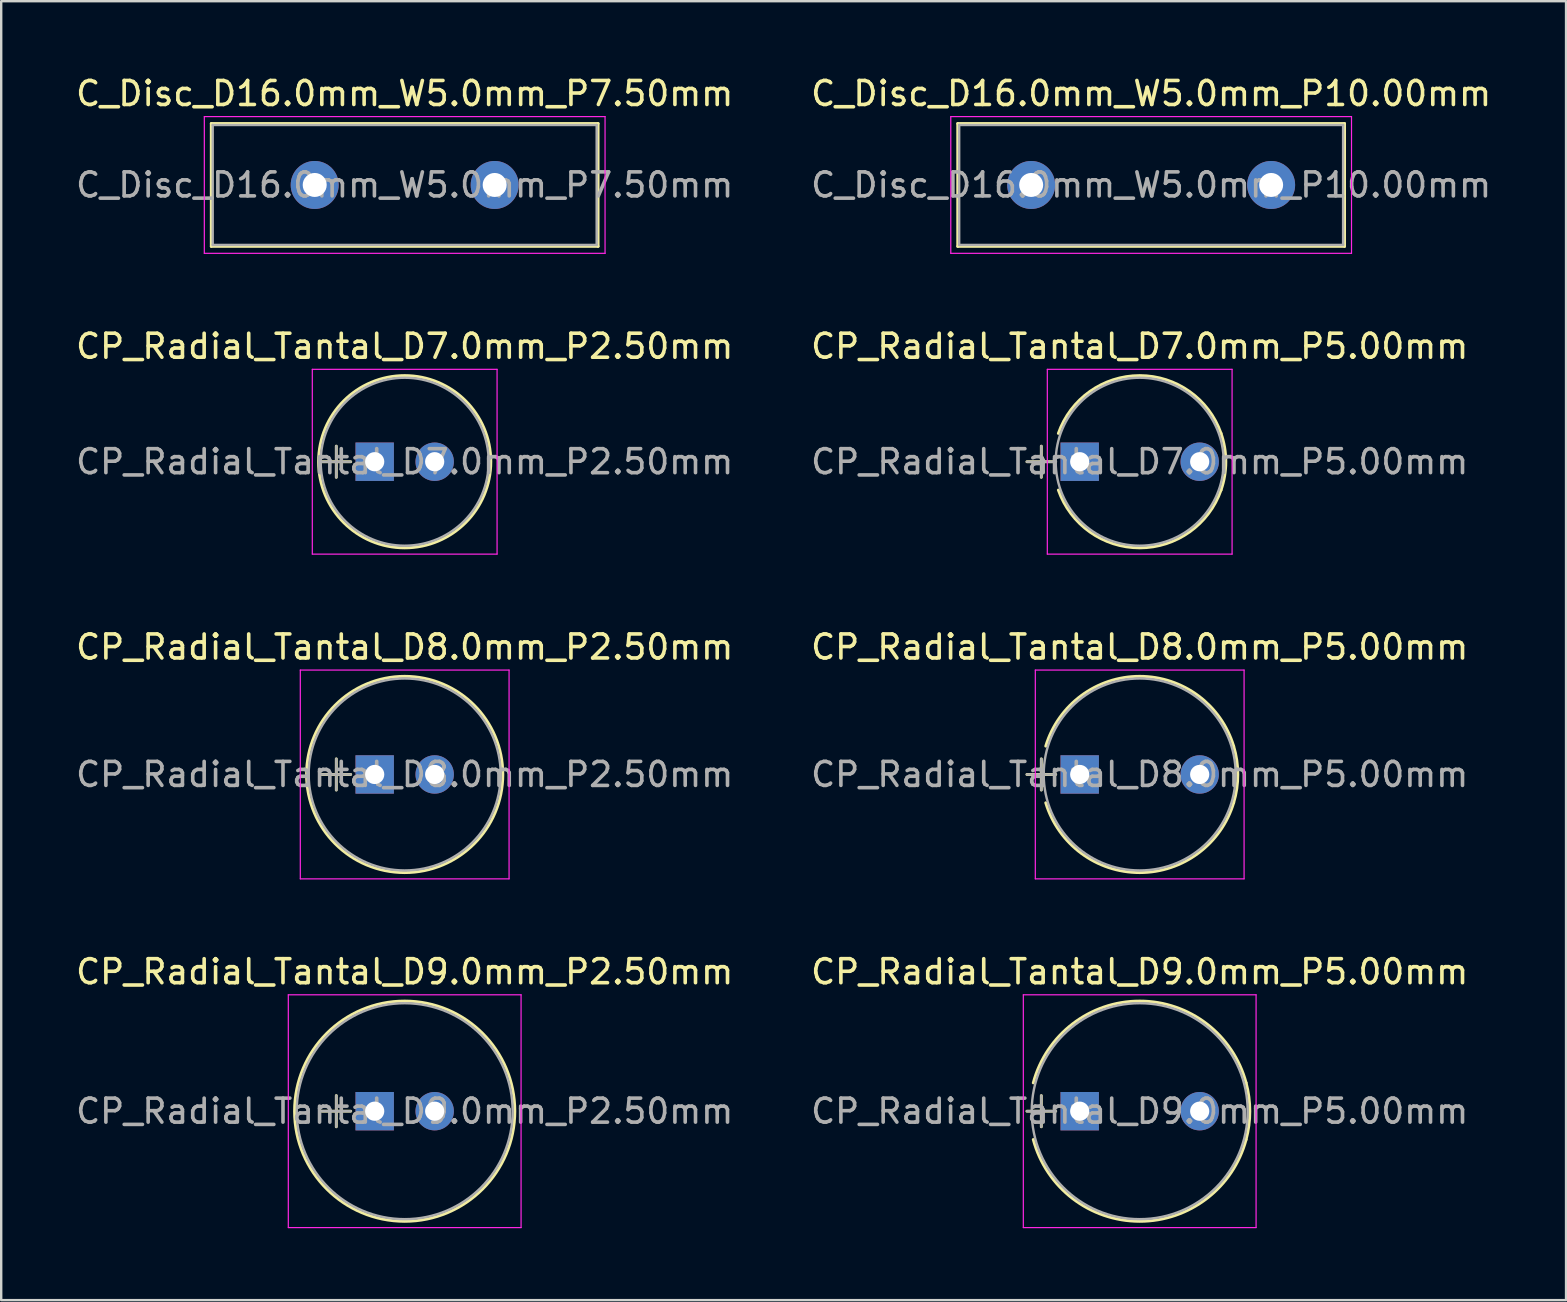
<source format=kicad_pcb>
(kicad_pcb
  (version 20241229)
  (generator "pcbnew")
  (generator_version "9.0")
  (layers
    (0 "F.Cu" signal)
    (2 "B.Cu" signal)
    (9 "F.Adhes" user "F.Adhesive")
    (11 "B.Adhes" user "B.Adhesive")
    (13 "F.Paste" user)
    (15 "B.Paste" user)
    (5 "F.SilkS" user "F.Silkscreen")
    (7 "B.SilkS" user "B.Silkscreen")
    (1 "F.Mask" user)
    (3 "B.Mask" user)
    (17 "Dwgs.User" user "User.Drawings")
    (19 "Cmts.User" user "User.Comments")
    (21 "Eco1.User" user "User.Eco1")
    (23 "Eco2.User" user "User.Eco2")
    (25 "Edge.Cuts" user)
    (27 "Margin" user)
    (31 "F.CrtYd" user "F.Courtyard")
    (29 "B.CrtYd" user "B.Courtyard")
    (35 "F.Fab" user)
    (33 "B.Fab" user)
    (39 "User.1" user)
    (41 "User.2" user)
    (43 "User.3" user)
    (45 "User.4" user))
  (footprint "CP_Radial_Tantal_D7.0mm_P5.00mm"
    (layer "F.Cu")
    (at 41.946 16.192)
    (property "Reference" "CP_Radial_Tantal_D7.0mm_P5.00mm" (at 2.5 -4.81 0) (layer "F.SilkS") (effects (font (size 1 1) (thickness 0.15))))
    (attr through_hole)
    (fp_line (start -2.2 0) (end -1 0) (stroke (width 0.12) (type solid)) (layer "F.SilkS"))
    (fp_line (start -1.6 -0.65) (end -1.6 0.65) (stroke (width 0.12) (type solid)) (layer "F.SilkS"))
    (fp_arc (start -0.890531 -1.18) (mid 2.499331 -3.59) (end 5.890091 -1.181263) (stroke (width 0.12) (type solid)) (layer "F.SilkS"))
    (fp_arc (start 5.890091 1.181263) (mid 2.499331 3.59) (end -0.890531 1.18) (stroke (width 0.12) (type solid)) (layer "F.SilkS"))
    (fp_arc (start 5.890531 -1.18) (mid 6.09 0.000669) (end 5.890091 1.181263) (stroke (width 0.12) (type solid)) (layer "F.SilkS"))
    (fp_line (start -1.35 -3.85) (end -1.35 3.85) (stroke (width 0.05) (type solid)) (layer "F.CrtYd"))
    (fp_line (start -1.35 3.85) (end 6.35 3.85) (stroke (width 0.05) (type solid)) (layer "F.CrtYd"))
    (fp_line (start 6.35 -3.85) (end -1.35 -3.85) (stroke (width 0.05) (type solid)) (layer "F.CrtYd"))
    (fp_line (start 6.35 3.85) (end 6.35 -3.85) (stroke (width 0.05) (type solid)) (layer "F.CrtYd"))
    (fp_line (start -2.2 0) (end -1 0) (stroke (width 0.1) (type solid)) (layer "F.Fab"))
    (fp_line (start -1.6 -0.65) (end -1.6 0.65) (stroke (width 0.1) (type solid)) (layer "F.Fab"))
    (fp_circle (center 2.5 0) (end 6 0) (stroke (width 0.1) (type solid)) (fill no) (layer "F.Fab"))
    (fp_text user "${REFERENCE}" (at 2.5 0 0) (layer "F.Fab") (effects (font (size 1 1) (thickness 0.15))))
    (pad "1" thru_hole rect (at 0 0) (size 1.6 1.6) (drill 0.8) (layers "*.Cu" "*.Mask"))
    (pad "2" thru_hole circle (at 5 0) (size 1.6 1.6) (drill 0.8) (layers "*.Cu" "*.Mask")))
  (footprint "C_Disc_D16.0mm_W5.0mm_P10.00mm"
    (layer "F.Cu")
    (at 39.923 4.658)
    (property "Reference" "C_Disc_D16.0mm_W5.0mm_P10.00mm" (at 5 -3.81 0) (layer "F.SilkS") (effects (font (size 1 1) (thickness 0.15))))
    (attr through_hole)
    (fp_line (start -3.06 -2.56) (end -3.06 2.56) (stroke (width 0.12) (type solid)) (layer "F.SilkS"))
    (fp_line (start -3.06 -2.56) (end 13.06 -2.56) (stroke (width 0.12) (type solid)) (layer "F.SilkS"))
    (fp_line (start -3.06 2.56) (end 13.06 2.56) (stroke (width 0.12) (type solid)) (layer "F.SilkS"))
    (fp_line (start 13.06 -2.56) (end 13.06 2.56) (stroke (width 0.12) (type solid)) (layer "F.SilkS"))
    (fp_line (start -3.35 -2.85) (end -3.35 2.85) (stroke (width 0.05) (type solid)) (layer "F.CrtYd"))
    (fp_line (start -3.35 2.85) (end 13.35 2.85) (stroke (width 0.05) (type solid)) (layer "F.CrtYd"))
    (fp_line (start 13.35 -2.85) (end -3.35 -2.85) (stroke (width 0.05) (type solid)) (layer "F.CrtYd"))
    (fp_line (start 13.35 2.85) (end 13.35 -2.85) (stroke (width 0.05) (type solid)) (layer "F.CrtYd"))
    (fp_line (start -3 -2.5) (end -3 2.5) (stroke (width 0.1) (type solid)) (layer "F.Fab"))
    (fp_line (start -3 2.5) (end 13 2.5) (stroke (width 0.1) (type solid)) (layer "F.Fab"))
    (fp_line (start 13 -2.5) (end -3 -2.5) (stroke (width 0.1) (type solid)) (layer "F.Fab"))
    (fp_line (start 13 2.5) (end 13 -2.5) (stroke (width 0.1) (type solid)) (layer "F.Fab"))
    (fp_text user "${REFERENCE}" (at 5 0 0) (layer "F.Fab") (effects (font (size 1 1) (thickness 0.15))))
    (pad "1" thru_hole circle (at 0 0) (size 2 2) (drill 1) (layers "*.Cu" "*.Mask"))
    (pad "2" thru_hole circle (at 10 0) (size 2 2) (drill 1) (layers "*.Cu" "*.Mask")))
  (footprint "CP_Radial_Tantal_D8.0mm_P5.00mm"
    (layer "F.Cu")
    (at 41.946 29.225)
    (property "Reference" "CP_Radial_Tantal_D8.0mm_P5.00mm" (at 2.5 -5.31 0) (layer "F.SilkS") (effects (font (size 1 1) (thickness 0.15))))
    (attr through_hole)
    (fp_line (start -2.2 0) (end -1 0) (stroke (width 0.12) (type solid)) (layer "F.SilkS"))
    (fp_line (start -1.6 -0.65) (end -1.6 0.65) (stroke (width 0.12) (type solid)) (layer "F.SilkS"))
    (fp_arc (start -1.416082 -1.18) (mid 2.501334 -4.09) (end 6.416851 -1.177445) (stroke (width 0.12) (type solid)) (layer "F.SilkS"))
    (fp_arc (start 6.416082 -1.18) (mid 6.59 -0.001334) (end 6.416851 1.177445) (stroke (width 0.12) (type solid)) (layer "F.SilkS"))
    (fp_arc (start 6.416851 1.177445) (mid 2.501334 4.09) (end -1.416082 1.18) (stroke (width 0.12) (type solid)) (layer "F.SilkS"))
    (fp_line (start -1.85 -4.35) (end -1.85 4.35) (stroke (width 0.05) (type solid)) (layer "F.CrtYd"))
    (fp_line (start -1.85 4.35) (end 6.85 4.35) (stroke (width 0.05) (type solid)) (layer "F.CrtYd"))
    (fp_line (start 6.85 -4.35) (end -1.85 -4.35) (stroke (width 0.05) (type solid)) (layer "F.CrtYd"))
    (fp_line (start 6.85 4.35) (end 6.85 -4.35) (stroke (width 0.05) (type solid)) (layer "F.CrtYd"))
    (fp_line (start -2.2 0) (end -1 0) (stroke (width 0.1) (type solid)) (layer "F.Fab"))
    (fp_line (start -1.6 -0.65) (end -1.6 0.65) (stroke (width 0.1) (type solid)) (layer "F.Fab"))
    (fp_circle (center 2.5 0) (end 6.5 0) (stroke (width 0.1) (type solid)) (fill no) (layer "F.Fab"))
    (fp_text user "${REFERENCE}" (at 2.5 0 0) (layer "F.Fab") (effects (font (size 1 1) (thickness 0.15))))
    (pad "1" thru_hole rect (at 0 0) (size 1.6 1.6) (drill 0.8) (layers "*.Cu" "*.Mask"))
    (pad "2" thru_hole circle (at 5 0) (size 1.6 1.6) (drill 0.8) (layers "*.Cu" "*.Mask")))
  (footprint "CP_Radial_Tantal_D9.0mm_P5.00mm"
    (layer "F.Cu")
    (at 41.946 43.258)
    (property "Reference" "CP_Radial_Tantal_D9.0mm_P5.00mm" (at 2.5 -5.81 0) (layer "F.SilkS") (effects (font (size 1 1) (thickness 0.15))))
    (attr through_hole)
    (fp_line (start -2.2 0) (end -1 0) (stroke (width 0.12) (type solid)) (layer "F.SilkS"))
    (fp_line (start -1.6 -0.65) (end -1.6 0.65) (stroke (width 0.12) (type solid)) (layer "F.SilkS"))
    (fp_arc (start -1.93573 -1.18) (mid 2.499752 -4.59) (end 6.935603 -1.180479) (stroke (width 0.12) (type solid)) (layer "F.SilkS"))
    (fp_arc (start 6.935603 1.180479) (mid 2.499752 4.59) (end -1.93573 1.18) (stroke (width 0.12) (type solid)) (layer "F.SilkS"))
    (fp_arc (start 6.93573 -1.18) (mid 7.09 0.000248) (end 6.935603 1.180479) (stroke (width 0.12) (type solid)) (layer "F.SilkS"))
    (fp_line (start -2.35 -4.85) (end -2.35 4.85) (stroke (width 0.05) (type solid)) (layer "F.CrtYd"))
    (fp_line (start -2.35 4.85) (end 7.35 4.85) (stroke (width 0.05) (type solid)) (layer "F.CrtYd"))
    (fp_line (start 7.35 -4.85) (end -2.35 -4.85) (stroke (width 0.05) (type solid)) (layer "F.CrtYd"))
    (fp_line (start 7.35 4.85) (end 7.35 -4.85) (stroke (width 0.05) (type solid)) (layer "F.CrtYd"))
    (fp_line (start -2.2 0) (end -1 0) (stroke (width 0.1) (type solid)) (layer "F.Fab"))
    (fp_line (start -1.6 -0.65) (end -1.6 0.65) (stroke (width 0.1) (type solid)) (layer "F.Fab"))
    (fp_circle (center 2.5 0) (end 7 0) (stroke (width 0.1) (type solid)) (fill no) (layer "F.Fab"))
    (fp_text user "${REFERENCE}" (at 2.5 0 0) (layer "F.Fab") (effects (font (size 1 1) (thickness 0.15))))
    (pad "1" thru_hole rect (at 0 0) (size 1.6 1.6) (drill 0.8) (layers "*.Cu" "*.Mask"))
    (pad "2" thru_hole circle (at 5 0) (size 1.6 1.6) (drill 0.8) (layers "*.Cu" "*.Mask")))
  (footprint "C_Disc_D16.0mm_W5.0mm_P7.50mm"
    (layer "F.Cu")
    (at 10.065 4.658)
    (property "Reference" "C_Disc_D16.0mm_W5.0mm_P7.50mm" (at 3.75 -3.81 0) (layer "F.SilkS") (effects (font (size 1 1) (thickness 0.15))))
    (attr through_hole)
    (fp_line (start -4.31 -2.56) (end -4.31 2.56) (stroke (width 0.12) (type solid)) (layer "F.SilkS"))
    (fp_line (start -4.31 -2.56) (end 11.81 -2.56) (stroke (width 0.12) (type solid)) (layer "F.SilkS"))
    (fp_line (start -4.31 2.56) (end 11.81 2.56) (stroke (width 0.12) (type solid)) (layer "F.SilkS"))
    (fp_line (start 11.81 -2.56) (end 11.81 2.56) (stroke (width 0.12) (type solid)) (layer "F.SilkS"))
    (fp_line (start -4.6 -2.85) (end -4.6 2.85) (stroke (width 0.05) (type solid)) (layer "F.CrtYd"))
    (fp_line (start -4.6 2.85) (end 12.1 2.85) (stroke (width 0.05) (type solid)) (layer "F.CrtYd"))
    (fp_line (start 12.1 -2.85) (end -4.6 -2.85) (stroke (width 0.05) (type solid)) (layer "F.CrtYd"))
    (fp_line (start 12.1 2.85) (end 12.1 -2.85) (stroke (width 0.05) (type solid)) (layer "F.CrtYd"))
    (fp_line (start -4.25 -2.5) (end -4.25 2.5) (stroke (width 0.1) (type solid)) (layer "F.Fab"))
    (fp_line (start -4.25 2.5) (end 11.75 2.5) (stroke (width 0.1) (type solid)) (layer "F.Fab"))
    (fp_line (start 11.75 -2.5) (end -4.25 -2.5) (stroke (width 0.1) (type solid)) (layer "F.Fab"))
    (fp_line (start 11.75 2.5) (end 11.75 -2.5) (stroke (width 0.1) (type solid)) (layer "F.Fab"))
    (fp_text user "${REFERENCE}" (at 3.75 0 0) (layer "F.Fab") (effects (font (size 1 1) (thickness 0.15))))
    (pad "1" thru_hole circle (at 0 0) (size 2 2) (drill 1) (layers "*.Cu" "*.Mask"))
    (pad "2" thru_hole circle (at 7.5 0) (size 2 2) (drill 1) (layers "*.Cu" "*.Mask")))
  (footprint "CP_Radial_Tantal_D9.0mm_P2.50mm"
    (layer "F.Cu")
    (at 12.565 43.258)
    (property "Reference" "CP_Radial_Tantal_D9.0mm_P2.50mm" (at 1.25 -5.81 0) (layer "F.SilkS") (effects (font (size 1 1) (thickness 0.15))))
    (attr through_hole)
    (fp_line (start -2.2 0) (end -1 0) (stroke (width 0.12) (type solid)) (layer "F.SilkS"))
    (fp_line (start -1.6 -0.65) (end -1.6 0.65) (stroke (width 0.12) (type solid)) (layer "F.SilkS"))
    (fp_circle (center 1.25 0) (end 5.84 0) (stroke (width 0.12) (type solid)) (fill no) (layer "F.SilkS"))
    (fp_line (start -3.6 -4.85) (end -3.6 4.85) (stroke (width 0.05) (type solid)) (layer "F.CrtYd"))
    (fp_line (start -3.6 4.85) (end 6.1 4.85) (stroke (width 0.05) (type solid)) (layer "F.CrtYd"))
    (fp_line (start 6.1 -4.85) (end -3.6 -4.85) (stroke (width 0.05) (type solid)) (layer "F.CrtYd"))
    (fp_line (start 6.1 4.85) (end 6.1 -4.85) (stroke (width 0.05) (type solid)) (layer "F.CrtYd"))
    (fp_line (start -2.2 0) (end -1 0) (stroke (width 0.1) (type solid)) (layer "F.Fab"))
    (fp_line (start -1.6 -0.65) (end -1.6 0.65) (stroke (width 0.1) (type solid)) (layer "F.Fab"))
    (fp_circle (center 1.25 0) (end 5.75 0) (stroke (width 0.1) (type solid)) (fill no) (layer "F.Fab"))
    (fp_text user "${REFERENCE}" (at 1.25 0 0) (layer "F.Fab") (effects (font (size 1 1) (thickness 0.15))))
    (pad "1" thru_hole rect (at 0 0) (size 1.6 1.6) (drill 0.8) (layers "*.Cu" "*.Mask"))
    (pad "2" thru_hole circle (at 2.5 0) (size 1.6 1.6) (drill 0.8) (layers "*.Cu" "*.Mask")))
  (footprint "CP_Radial_Tantal_D7.0mm_P2.50mm"
    (layer "F.Cu")
    (at 12.565 16.192)
    (property "Reference" "CP_Radial_Tantal_D7.0mm_P2.50mm" (at 1.25 -4.81 0) (layer "F.SilkS") (effects (font (size 1 1) (thickness 0.15))))
    (attr through_hole)
    (fp_line (start -2.2 0) (end -1 0) (stroke (width 0.12) (type solid)) (layer "F.SilkS"))
    (fp_line (start -1.6 -0.65) (end -1.6 0.65) (stroke (width 0.12) (type solid)) (layer "F.SilkS"))
    (fp_circle (center 1.25 0) (end 4.84 0) (stroke (width 0.12) (type solid)) (fill no) (layer "F.SilkS"))
    (fp_line (start -2.6 -3.85) (end -2.6 3.85) (stroke (width 0.05) (type solid)) (layer "F.CrtYd"))
    (fp_line (start -2.6 3.85) (end 5.1 3.85) (stroke (width 0.05) (type solid)) (layer "F.CrtYd"))
    (fp_line (start 5.1 -3.85) (end -2.6 -3.85) (stroke (width 0.05) (type solid)) (layer "F.CrtYd"))
    (fp_line (start 5.1 3.85) (end 5.1 -3.85) (stroke (width 0.05) (type solid)) (layer "F.CrtYd"))
    (fp_line (start -2.2 0) (end -1 0) (stroke (width 0.1) (type solid)) (layer "F.Fab"))
    (fp_line (start -1.6 -0.65) (end -1.6 0.65) (stroke (width 0.1) (type solid)) (layer "F.Fab"))
    (fp_circle (center 1.25 0) (end 4.75 0) (stroke (width 0.1) (type solid)) (fill no) (layer "F.Fab"))
    (fp_text user "${REFERENCE}" (at 1.25 0 0) (layer "F.Fab") (effects (font (size 1 1) (thickness 0.15))))
    (pad "1" thru_hole rect (at 0 0) (size 1.6 1.6) (drill 0.8) (layers "*.Cu" "*.Mask"))
    (pad "2" thru_hole circle (at 2.5 0) (size 1.6 1.6) (drill 0.8) (layers "*.Cu" "*.Mask")))
  (footprint "CP_Radial_Tantal_D8.0mm_P2.50mm"
    (layer "F.Cu")
    (at 12.565 29.225)
    (property "Reference" "CP_Radial_Tantal_D8.0mm_P2.50mm" (at 1.25 -5.31 0) (layer "F.SilkS") (effects (font (size 1 1) (thickness 0.15))))
    (attr through_hole)
    (fp_line (start -2.2 0) (end -1 0) (stroke (width 0.12) (type solid)) (layer "F.SilkS"))
    (fp_line (start -1.6 -0.65) (end -1.6 0.65) (stroke (width 0.12) (type solid)) (layer "F.SilkS"))
    (fp_circle (center 1.25 0) (end 5.34 0) (stroke (width 0.12) (type solid)) (fill no) (layer "F.SilkS"))
    (fp_line (start -3.1 -4.35) (end -3.1 4.35) (stroke (width 0.05) (type solid)) (layer "F.CrtYd"))
    (fp_line (start -3.1 4.35) (end 5.6 4.35) (stroke (width 0.05) (type solid)) (layer "F.CrtYd"))
    (fp_line (start 5.6 -4.35) (end -3.1 -4.35) (stroke (width 0.05) (type solid)) (layer "F.CrtYd"))
    (fp_line (start 5.6 4.35) (end 5.6 -4.35) (stroke (width 0.05) (type solid)) (layer "F.CrtYd"))
    (fp_line (start -2.2 0) (end -1 0) (stroke (width 0.1) (type solid)) (layer "F.Fab"))
    (fp_line (start -1.6 -0.65) (end -1.6 0.65) (stroke (width 0.1) (type solid)) (layer "F.Fab"))
    (fp_circle (center 1.25 0) (end 5.25 0) (stroke (width 0.1) (type solid)) (fill no) (layer "F.Fab"))
    (fp_text user "${REFERENCE}" (at 1.25 0 0) (layer "F.Fab") (effects (font (size 1 1) (thickness 0.15))))
    (pad "1" thru_hole rect (at 0 0) (size 1.6 1.6) (drill 0.8) (layers "*.Cu" "*.Mask"))
    (pad "2" thru_hole circle (at 2.5 0) (size 1.6 1.6) (drill 0.8) (layers "*.Cu" "*.Mask")))
  (gr_rect
    (start -3 -3)
    (end 62.214 51.133)
    (stroke (width 0.1) (type default))
    (fill no)
    (layer "Edge.Cuts")))
</source>
